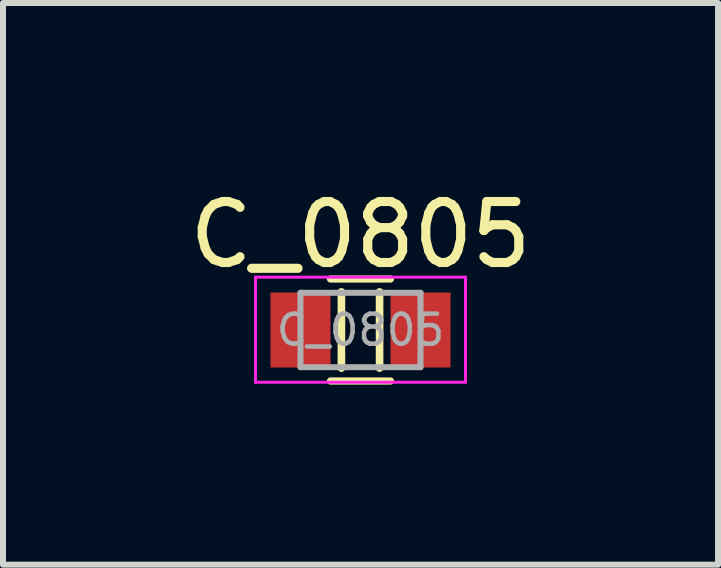
<source format=kicad_pcb>
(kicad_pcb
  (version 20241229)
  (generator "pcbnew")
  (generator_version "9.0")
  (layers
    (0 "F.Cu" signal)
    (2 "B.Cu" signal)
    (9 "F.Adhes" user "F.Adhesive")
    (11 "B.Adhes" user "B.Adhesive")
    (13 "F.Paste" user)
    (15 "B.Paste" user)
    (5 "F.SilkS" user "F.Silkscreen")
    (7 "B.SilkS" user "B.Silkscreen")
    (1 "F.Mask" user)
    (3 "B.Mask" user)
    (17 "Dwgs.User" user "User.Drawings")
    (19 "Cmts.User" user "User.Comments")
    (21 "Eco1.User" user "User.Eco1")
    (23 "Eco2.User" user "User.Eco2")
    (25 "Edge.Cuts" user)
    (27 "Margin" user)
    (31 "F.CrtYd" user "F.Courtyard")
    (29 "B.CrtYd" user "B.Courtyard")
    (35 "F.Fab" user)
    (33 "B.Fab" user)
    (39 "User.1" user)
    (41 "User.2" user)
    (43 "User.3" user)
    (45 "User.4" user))
  (footprint "C_0805"
    (layer "F.Cu")
    (at 2.957 2.449)
    (property "Reference" "C_0805" (at 0 -1.587 0) (layer "F.SilkS") (effects (font (size 1.016 1.016) (thickness 0.152))))
    (attr smd)
    (fp_line (start -0.5 0.85) (end 0.5 0.85) (stroke (width 0.12) (type solid)) (layer "F.SilkS"))
    (fp_line (start -0.318 -0.635) (end -0.318 0.635) (stroke (width 0.127) (type solid)) (layer "F.SilkS"))
    (fp_line (start 0.318 -0.635) (end 0.318 0.635) (stroke (width 0.127) (type solid)) (layer "F.SilkS"))
    (fp_line (start 0.5 -0.85) (end -0.5 -0.85) (stroke (width 0.12) (type solid)) (layer "F.SilkS"))
    (fp_line (start -1.75 -0.88) (end -1.75 0.87) (stroke (width 0.05) (type solid)) (layer "F.CrtYd"))
    (fp_line (start -1.75 -0.88) (end 1.75 -0.88) (stroke (width 0.05) (type solid)) (layer "F.CrtYd"))
    (fp_line (start 1.75 0.87) (end -1.75 0.87) (stroke (width 0.05) (type solid)) (layer "F.CrtYd"))
    (fp_line (start 1.75 0.87) (end 1.75 -0.88) (stroke (width 0.05) (type solid)) (layer "F.CrtYd"))
    (fp_line (start -1 -0.62) (end 1 -0.62) (stroke (width 0.1) (type solid)) (layer "F.Fab"))
    (fp_line (start -1 0.62) (end -1 -0.62) (stroke (width 0.1) (type solid)) (layer "F.Fab"))
    (fp_line (start 1 -0.62) (end 1 0.62) (stroke (width 0.1) (type solid)) (layer "F.Fab"))
    (fp_line (start 1 0.62) (end -1 0.62) (stroke (width 0.1) (type solid)) (layer "F.Fab"))
    (fp_text user "${REFERENCE}" (at 0 0 0) (layer "F.Fab") (effects (font (size 0.5 0.5) (thickness 0.075))))
    (pad "1" smd rect (at -1 0) (size 1 1.25) (layers "F.Cu" "F.Mask" "F.Paste"))
    (pad "2" smd rect (at 1 0) (size 1 1.25) (layers "F.Cu" "F.Mask" "F.Paste")))
  (gr_rect
    (start -3 -3)
    (end 8.915 6.359)
    (stroke (width 0.1) (type default))
    (fill no)
    (layer "Edge.Cuts")))
</source>
